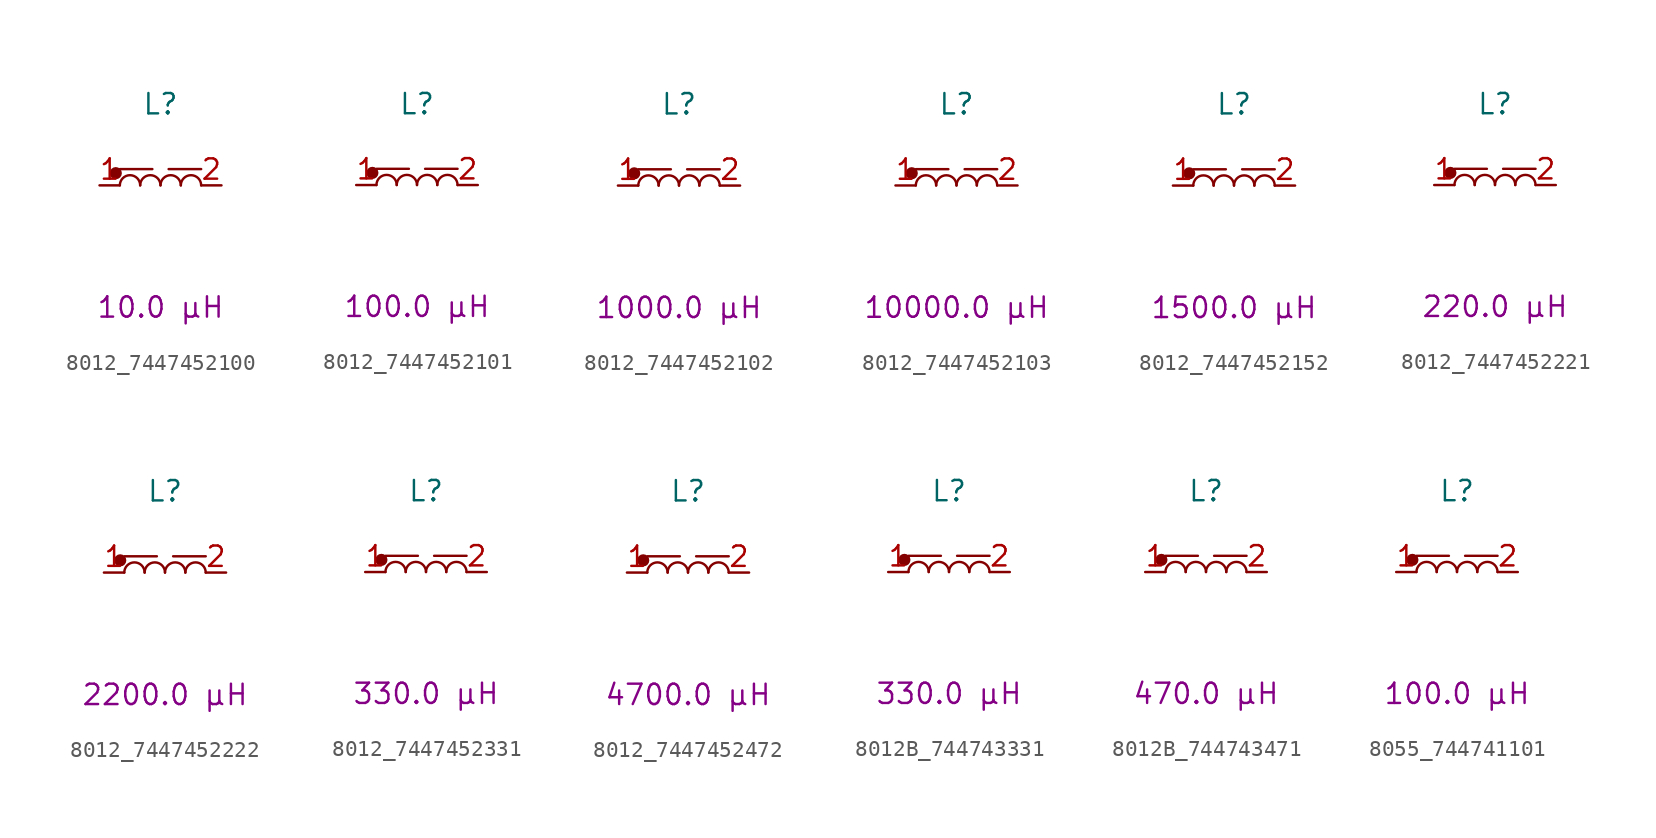
<source format=kicad_sym>
(kicad_symbol_lib
  (version 20220914)
  (generator kicad_symbol_editor)
  (symbol "8012_7447452100"
    (pin_names hide)
    (property "Reference" "L"
      (at 0 5.08 0)
      (effects (font (size 1.27 1.27))))
    (property "Critical Parameter" "10.0 µH"
      (at 0 -7.62 0)
      (effects (font (size 1.27 1.27))))
    (symbol "8012_7447452100_0_1"
      (arc (start -1.27 0) (mid -1.905 0.6323) (end -2.54 0) (stroke (width 0) (type default)) (fill (type none)))
      (arc (start 0 0) (mid -0.635 0.6323) (end -1.27 0) (stroke (width 0) (type default)) (fill (type none)))
      (polyline (pts (xy -2.54 1.016) (xy -0.508 1.016)) (stroke (width 0) (type default)) (fill (type none)))
      (arc (start 1.27 0) (mid 0.635 0.6323) (end 0 0) (stroke (width 0) (type default)) (fill (type none)))
      (arc (start 2.54 0) (mid 1.905 0.6323) (end 1.27 0) (stroke (width 0) (type default)) (fill (type none))))
    (symbol "8012_7447452100_1_1"
      (circle (center -2.794 0.762) (radius 0.0001) (stroke (width 0.381) (type default)) (fill (type none)))
      (polyline (pts (xy 2.54 1.016) (xy 0.508 1.016)) (stroke (width 0) (type default)) (fill (type none)))
      (pin passive line (at -3.81 0 0) (length 1.27) (name "1" (effects (font (size 1.27 1.27)))) (number "1" (effects (font (size 1.27 1.27)))))
      (pin passive line (at 3.81 0 180) (length 1.27) (name "2" (effects (font (size 1.27 1.27)))) (number "2" (effects (font (size 1.27 1.27)))))))
  (symbol "8012_7447452101"
    (pin_names hide)
    (property "Reference" "L"
      (at 0 5.08 0)
      (effects (font (size 1.27 1.27))))
    (property "Critical Parameter" "100.0 µH"
      (at 0 -7.62 0)
      (effects (font (size 1.27 1.27))))
    (symbol "8012_7447452101_0_1"
      (arc (start -1.27 0) (mid -1.905 0.6323) (end -2.54 0) (stroke (width 0) (type default)) (fill (type none)))
      (arc (start 0 0) (mid -0.635 0.6323) (end -1.27 0) (stroke (width 0) (type default)) (fill (type none)))
      (polyline (pts (xy -2.54 1.016) (xy -0.508 1.016)) (stroke (width 0) (type default)) (fill (type none)))
      (arc (start 1.27 0) (mid 0.635 0.6323) (end 0 0) (stroke (width 0) (type default)) (fill (type none)))
      (arc (start 2.54 0) (mid 1.905 0.6323) (end 1.27 0) (stroke (width 0) (type default)) (fill (type none))))
    (symbol "8012_7447452101_1_1"
      (circle (center -2.794 0.762) (radius 0.0001) (stroke (width 0.381) (type default)) (fill (type none)))
      (polyline (pts (xy 2.54 1.016) (xy 0.508 1.016)) (stroke (width 0) (type default)) (fill (type none)))
      (pin passive line (at -3.81 0 0) (length 1.27) (name "1" (effects (font (size 1.27 1.27)))) (number "1" (effects (font (size 1.27 1.27)))))
      (pin passive line (at 3.81 0 180) (length 1.27) (name "2" (effects (font (size 1.27 1.27)))) (number "2" (effects (font (size 1.27 1.27)))))))
  (symbol "8012_7447452102"
    (pin_names hide)
    (property "Reference" "L"
      (at 0 5.08 0)
      (effects (font (size 1.27 1.27))))
    (property "Critical Parameter" "1000.0 µH"
      (at 0 -7.62 0)
      (effects (font (size 1.27 1.27))))
    (symbol "8012_7447452102_0_1"
      (arc (start -1.27 0) (mid -1.905 0.6323) (end -2.54 0) (stroke (width 0) (type default)) (fill (type none)))
      (arc (start 0 0) (mid -0.635 0.6323) (end -1.27 0) (stroke (width 0) (type default)) (fill (type none)))
      (polyline (pts (xy -2.54 1.016) (xy -0.508 1.016)) (stroke (width 0) (type default)) (fill (type none)))
      (arc (start 1.27 0) (mid 0.635 0.6323) (end 0 0) (stroke (width 0) (type default)) (fill (type none)))
      (arc (start 2.54 0) (mid 1.905 0.6323) (end 1.27 0) (stroke (width 0) (type default)) (fill (type none))))
    (symbol "8012_7447452102_1_1"
      (circle (center -2.794 0.762) (radius 0.0001) (stroke (width 0.381) (type default)) (fill (type none)))
      (polyline (pts (xy 2.54 1.016) (xy 0.508 1.016)) (stroke (width 0) (type default)) (fill (type none)))
      (pin passive line (at -3.81 0 0) (length 1.27) (name "1" (effects (font (size 1.27 1.27)))) (number "1" (effects (font (size 1.27 1.27)))))
      (pin passive line (at 3.81 0 180) (length 1.27) (name "2" (effects (font (size 1.27 1.27)))) (number "2" (effects (font (size 1.27 1.27)))))))
  (symbol "8012_7447452103"
    (pin_names hide)
    (property "Reference" "L"
      (at 0 5.08 0)
      (effects (font (size 1.27 1.27))))
    (property "Critical Parameter" "10000.0 µH"
      (at 0 -7.62 0)
      (effects (font (size 1.27 1.27))))
    (symbol "8012_7447452103_0_1"
      (arc (start -1.27 0) (mid -1.905 0.6323) (end -2.54 0) (stroke (width 0) (type default)) (fill (type none)))
      (arc (start 0 0) (mid -0.635 0.6323) (end -1.27 0) (stroke (width 0) (type default)) (fill (type none)))
      (polyline (pts (xy -2.54 1.016) (xy -0.508 1.016)) (stroke (width 0) (type default)) (fill (type none)))
      (arc (start 1.27 0) (mid 0.635 0.6323) (end 0 0) (stroke (width 0) (type default)) (fill (type none)))
      (arc (start 2.54 0) (mid 1.905 0.6323) (end 1.27 0) (stroke (width 0) (type default)) (fill (type none))))
    (symbol "8012_7447452103_1_1"
      (circle (center -2.794 0.762) (radius 0.0001) (stroke (width 0.381) (type default)) (fill (type none)))
      (polyline (pts (xy 2.54 1.016) (xy 0.508 1.016)) (stroke (width 0) (type default)) (fill (type none)))
      (pin passive line (at -3.81 0 0) (length 1.27) (name "1" (effects (font (size 1.27 1.27)))) (number "1" (effects (font (size 1.27 1.27)))))
      (pin passive line (at 3.81 0 180) (length 1.27) (name "2" (effects (font (size 1.27 1.27)))) (number "2" (effects (font (size 1.27 1.27)))))))
  (symbol "8012_7447452152"
    (pin_names hide)
    (property "Reference" "L"
      (at 0 5.08 0)
      (effects (font (size 1.27 1.27))))
    (property "Critical Parameter" "1500.0 µH"
      (at 0 -7.62 0)
      (effects (font (size 1.27 1.27))))
    (symbol "8012_7447452152_0_1"
      (arc (start -1.27 0) (mid -1.905 0.6323) (end -2.54 0) (stroke (width 0) (type default)) (fill (type none)))
      (arc (start 0 0) (mid -0.635 0.6323) (end -1.27 0) (stroke (width 0) (type default)) (fill (type none)))
      (polyline (pts (xy -2.54 1.016) (xy -0.508 1.016)) (stroke (width 0) (type default)) (fill (type none)))
      (arc (start 1.27 0) (mid 0.635 0.6323) (end 0 0) (stroke (width 0) (type default)) (fill (type none)))
      (arc (start 2.54 0) (mid 1.905 0.6323) (end 1.27 0) (stroke (width 0) (type default)) (fill (type none))))
    (symbol "8012_7447452152_1_1"
      (circle (center -2.794 0.762) (radius 0.0001) (stroke (width 0.381) (type default)) (fill (type none)))
      (polyline (pts (xy 2.54 1.016) (xy 0.508 1.016)) (stroke (width 0) (type default)) (fill (type none)))
      (pin passive line (at -3.81 0 0) (length 1.27) (name "1" (effects (font (size 1.27 1.27)))) (number "1" (effects (font (size 1.27 1.27)))))
      (pin passive line (at 3.81 0 180) (length 1.27) (name "2" (effects (font (size 1.27 1.27)))) (number "2" (effects (font (size 1.27 1.27)))))))
  (symbol "8012_7447452221"
    (pin_names hide)
    (property "Reference" "L"
      (at 0 5.08 0)
      (effects (font (size 1.27 1.27))))
    (property "Critical Parameter" "220.0 µH"
      (at 0 -7.62 0)
      (effects (font (size 1.27 1.27))))
    (symbol "8012_7447452221_0_1"
      (arc (start -1.27 0) (mid -1.905 0.6323) (end -2.54 0) (stroke (width 0) (type default)) (fill (type none)))
      (arc (start 0 0) (mid -0.635 0.6323) (end -1.27 0) (stroke (width 0) (type default)) (fill (type none)))
      (polyline (pts (xy -2.54 1.016) (xy -0.508 1.016)) (stroke (width 0) (type default)) (fill (type none)))
      (arc (start 1.27 0) (mid 0.635 0.6323) (end 0 0) (stroke (width 0) (type default)) (fill (type none)))
      (arc (start 2.54 0) (mid 1.905 0.6323) (end 1.27 0) (stroke (width 0) (type default)) (fill (type none))))
    (symbol "8012_7447452221_1_1"
      (circle (center -2.794 0.762) (radius 0.0001) (stroke (width 0.381) (type default)) (fill (type none)))
      (polyline (pts (xy 2.54 1.016) (xy 0.508 1.016)) (stroke (width 0) (type default)) (fill (type none)))
      (pin passive line (at -3.81 0 0) (length 1.27) (name "1" (effects (font (size 1.27 1.27)))) (number "1" (effects (font (size 1.27 1.27)))))
      (pin passive line (at 3.81 0 180) (length 1.27) (name "2" (effects (font (size 1.27 1.27)))) (number "2" (effects (font (size 1.27 1.27)))))))
  (symbol "8012_7447452222"
    (pin_names hide)
    (property "Reference" "L"
      (at 0 5.08 0)
      (effects (font (size 1.27 1.27))))
    (property "Critical Parameter" "2200.0 µH"
      (at 0 -7.62 0)
      (effects (font (size 1.27 1.27))))
    (symbol "8012_7447452222_0_1"
      (arc (start -1.27 0) (mid -1.905 0.6323) (end -2.54 0) (stroke (width 0) (type default)) (fill (type none)))
      (arc (start 0 0) (mid -0.635 0.6323) (end -1.27 0) (stroke (width 0) (type default)) (fill (type none)))
      (polyline (pts (xy -2.54 1.016) (xy -0.508 1.016)) (stroke (width 0) (type default)) (fill (type none)))
      (arc (start 1.27 0) (mid 0.635 0.6323) (end 0 0) (stroke (width 0) (type default)) (fill (type none)))
      (arc (start 2.54 0) (mid 1.905 0.6323) (end 1.27 0) (stroke (width 0) (type default)) (fill (type none))))
    (symbol "8012_7447452222_1_1"
      (circle (center -2.794 0.762) (radius 0.0001) (stroke (width 0.381) (type default)) (fill (type none)))
      (polyline (pts (xy 2.54 1.016) (xy 0.508 1.016)) (stroke (width 0) (type default)) (fill (type none)))
      (pin passive line (at -3.81 0 0) (length 1.27) (name "1" (effects (font (size 1.27 1.27)))) (number "1" (effects (font (size 1.27 1.27)))))
      (pin passive line (at 3.81 0 180) (length 1.27) (name "2" (effects (font (size 1.27 1.27)))) (number "2" (effects (font (size 1.27 1.27)))))))
  (symbol "8012_7447452331"
    (pin_names hide)
    (property "Reference" "L"
      (at 0 5.08 0)
      (effects (font (size 1.27 1.27))))
    (property "Critical Parameter" "330.0 µH"
      (at 0 -7.62 0)
      (effects (font (size 1.27 1.27))))
    (symbol "8012_7447452331_0_1"
      (arc (start -1.27 0) (mid -1.905 0.6323) (end -2.54 0) (stroke (width 0) (type default)) (fill (type none)))
      (arc (start 0 0) (mid -0.635 0.6323) (end -1.27 0) (stroke (width 0) (type default)) (fill (type none)))
      (polyline (pts (xy -2.54 1.016) (xy -0.508 1.016)) (stroke (width 0) (type default)) (fill (type none)))
      (arc (start 1.27 0) (mid 0.635 0.6323) (end 0 0) (stroke (width 0) (type default)) (fill (type none)))
      (arc (start 2.54 0) (mid 1.905 0.6323) (end 1.27 0) (stroke (width 0) (type default)) (fill (type none))))
    (symbol "8012_7447452331_1_1"
      (circle (center -2.794 0.762) (radius 0.0001) (stroke (width 0.381) (type default)) (fill (type none)))
      (polyline (pts (xy 2.54 1.016) (xy 0.508 1.016)) (stroke (width 0) (type default)) (fill (type none)))
      (pin passive line (at -3.81 0 0) (length 1.27) (name "1" (effects (font (size 1.27 1.27)))) (number "1" (effects (font (size 1.27 1.27)))))
      (pin passive line (at 3.81 0 180) (length 1.27) (name "2" (effects (font (size 1.27 1.27)))) (number "2" (effects (font (size 1.27 1.27)))))))
  (symbol "8012_7447452472"
    (pin_names hide)
    (property "Reference" "L"
      (at 0 5.08 0)
      (effects (font (size 1.27 1.27))))
    (property "Critical Parameter" "4700.0 µH"
      (at 0 -7.62 0)
      (effects (font (size 1.27 1.27))))
    (symbol "8012_7447452472_0_1"
      (arc (start -1.27 0) (mid -1.905 0.6323) (end -2.54 0) (stroke (width 0) (type default)) (fill (type none)))
      (arc (start 0 0) (mid -0.635 0.6323) (end -1.27 0) (stroke (width 0) (type default)) (fill (type none)))
      (polyline (pts (xy -2.54 1.016) (xy -0.508 1.016)) (stroke (width 0) (type default)) (fill (type none)))
      (arc (start 1.27 0) (mid 0.635 0.6323) (end 0 0) (stroke (width 0) (type default)) (fill (type none)))
      (arc (start 2.54 0) (mid 1.905 0.6323) (end 1.27 0) (stroke (width 0) (type default)) (fill (type none))))
    (symbol "8012_7447452472_1_1"
      (circle (center -2.794 0.762) (radius 0.0001) (stroke (width 0.381) (type default)) (fill (type none)))
      (polyline (pts (xy 2.54 1.016) (xy 0.508 1.016)) (stroke (width 0) (type default)) (fill (type none)))
      (pin passive line (at -3.81 0 0) (length 1.27) (name "1" (effects (font (size 1.27 1.27)))) (number "1" (effects (font (size 1.27 1.27)))))
      (pin passive line (at 3.81 0 180) (length 1.27) (name "2" (effects (font (size 1.27 1.27)))) (number "2" (effects (font (size 1.27 1.27)))))))
  (symbol "8012B_744743331"
    (pin_names hide)
    (property "Reference" "L"
      (at 0 5.08 0)
      (effects (font (size 1.27 1.27))))
    (property "Critical Parameter" "330.0 µH"
      (at 0 -7.62 0)
      (effects (font (size 1.27 1.27))))
    (symbol "8012B_744743331_0_1"
      (arc (start -1.27 0) (mid -1.905 0.6323) (end -2.54 0) (stroke (width 0) (type default)) (fill (type none)))
      (arc (start 0 0) (mid -0.635 0.6323) (end -1.27 0) (stroke (width 0) (type default)) (fill (type none)))
      (polyline (pts (xy -2.54 1.016) (xy -0.508 1.016)) (stroke (width 0) (type default)) (fill (type none)))
      (arc (start 1.27 0) (mid 0.635 0.6323) (end 0 0) (stroke (width 0) (type default)) (fill (type none)))
      (arc (start 2.54 0) (mid 1.905 0.6323) (end 1.27 0) (stroke (width 0) (type default)) (fill (type none))))
    (symbol "8012B_744743331_1_1"
      (circle (center -2.794 0.762) (radius 0.0001) (stroke (width 0.381) (type default)) (fill (type none)))
      (polyline (pts (xy 2.54 1.016) (xy 0.508 1.016)) (stroke (width 0) (type default)) (fill (type none)))
      (pin passive line (at -3.81 0 0) (length 1.27) (name "1" (effects (font (size 1.27 1.27)))) (number "1" (effects (font (size 1.27 1.27)))))
      (pin passive line (at 3.81 0 180) (length 1.27) (name "2" (effects (font (size 1.27 1.27)))) (number "2" (effects (font (size 1.27 1.27)))))))
  (symbol "8012B_744743471"
    (pin_names hide)
    (property "Reference" "L"
      (at 0 5.08 0)
      (effects (font (size 1.27 1.27))))
    (property "Critical Parameter" "470.0 µH"
      (at 0 -7.62 0)
      (effects (font (size 1.27 1.27))))
    (symbol "8012B_744743471_0_1"
      (arc (start -1.27 0) (mid -1.905 0.6323) (end -2.54 0) (stroke (width 0) (type default)) (fill (type none)))
      (arc (start 0 0) (mid -0.635 0.6323) (end -1.27 0) (stroke (width 0) (type default)) (fill (type none)))
      (polyline (pts (xy -2.54 1.016) (xy -0.508 1.016)) (stroke (width 0) (type default)) (fill (type none)))
      (arc (start 1.27 0) (mid 0.635 0.6323) (end 0 0) (stroke (width 0) (type default)) (fill (type none)))
      (arc (start 2.54 0) (mid 1.905 0.6323) (end 1.27 0) (stroke (width 0) (type default)) (fill (type none))))
    (symbol "8012B_744743471_1_1"
      (circle (center -2.794 0.762) (radius 0.0001) (stroke (width 0.381) (type default)) (fill (type none)))
      (polyline (pts (xy 2.54 1.016) (xy 0.508 1.016)) (stroke (width 0) (type default)) (fill (type none)))
      (pin passive line (at -3.81 0 0) (length 1.27) (name "1" (effects (font (size 1.27 1.27)))) (number "1" (effects (font (size 1.27 1.27)))))
      (pin passive line (at 3.81 0 180) (length 1.27) (name "2" (effects (font (size 1.27 1.27)))) (number "2" (effects (font (size 1.27 1.27)))))))
  (symbol "8055_744741101"
    (pin_names hide)
    (property "Reference" "L"
      (at 0 5.08 0)
      (effects (font (size 1.27 1.27))))
    (property "Critical Parameter" "100.0 µH"
      (at 0 -7.62 0)
      (effects (font (size 1.27 1.27))))
    (symbol "8055_744741101_0_1"
      (arc (start -1.27 0) (mid -1.905 0.6323) (end -2.54 0) (stroke (width 0) (type default)) (fill (type none)))
      (arc (start 0 0) (mid -0.635 0.6323) (end -1.27 0) (stroke (width 0) (type default)) (fill (type none)))
      (polyline (pts (xy -2.54 1.016) (xy -0.508 1.016)) (stroke (width 0) (type default)) (fill (type none)))
      (arc (start 1.27 0) (mid 0.635 0.6323) (end 0 0) (stroke (width 0) (type default)) (fill (type none)))
      (arc (start 2.54 0) (mid 1.905 0.6323) (end 1.27 0) (stroke (width 0) (type default)) (fill (type none))))
    (symbol "8055_744741101_1_1"
      (circle (center -2.794 0.762) (radius 0.0001) (stroke (width 0.381) (type default)) (fill (type none)))
      (polyline (pts (xy 2.54 1.016) (xy 0.508 1.016)) (stroke (width 0) (type default)) (fill (type none)))
      (pin passive line (at -3.81 0 0) (length 1.27) (name "1" (effects (font (size 1.27 1.27)))) (number "1" (effects (font (size 1.27 1.27)))))
      (pin passive line (at 3.81 0 180) (length 1.27) (name "2" (effects (font (size 1.27 1.27)))) (number "2" (effects (font (size 1.27 1.27))))))))
</source>
